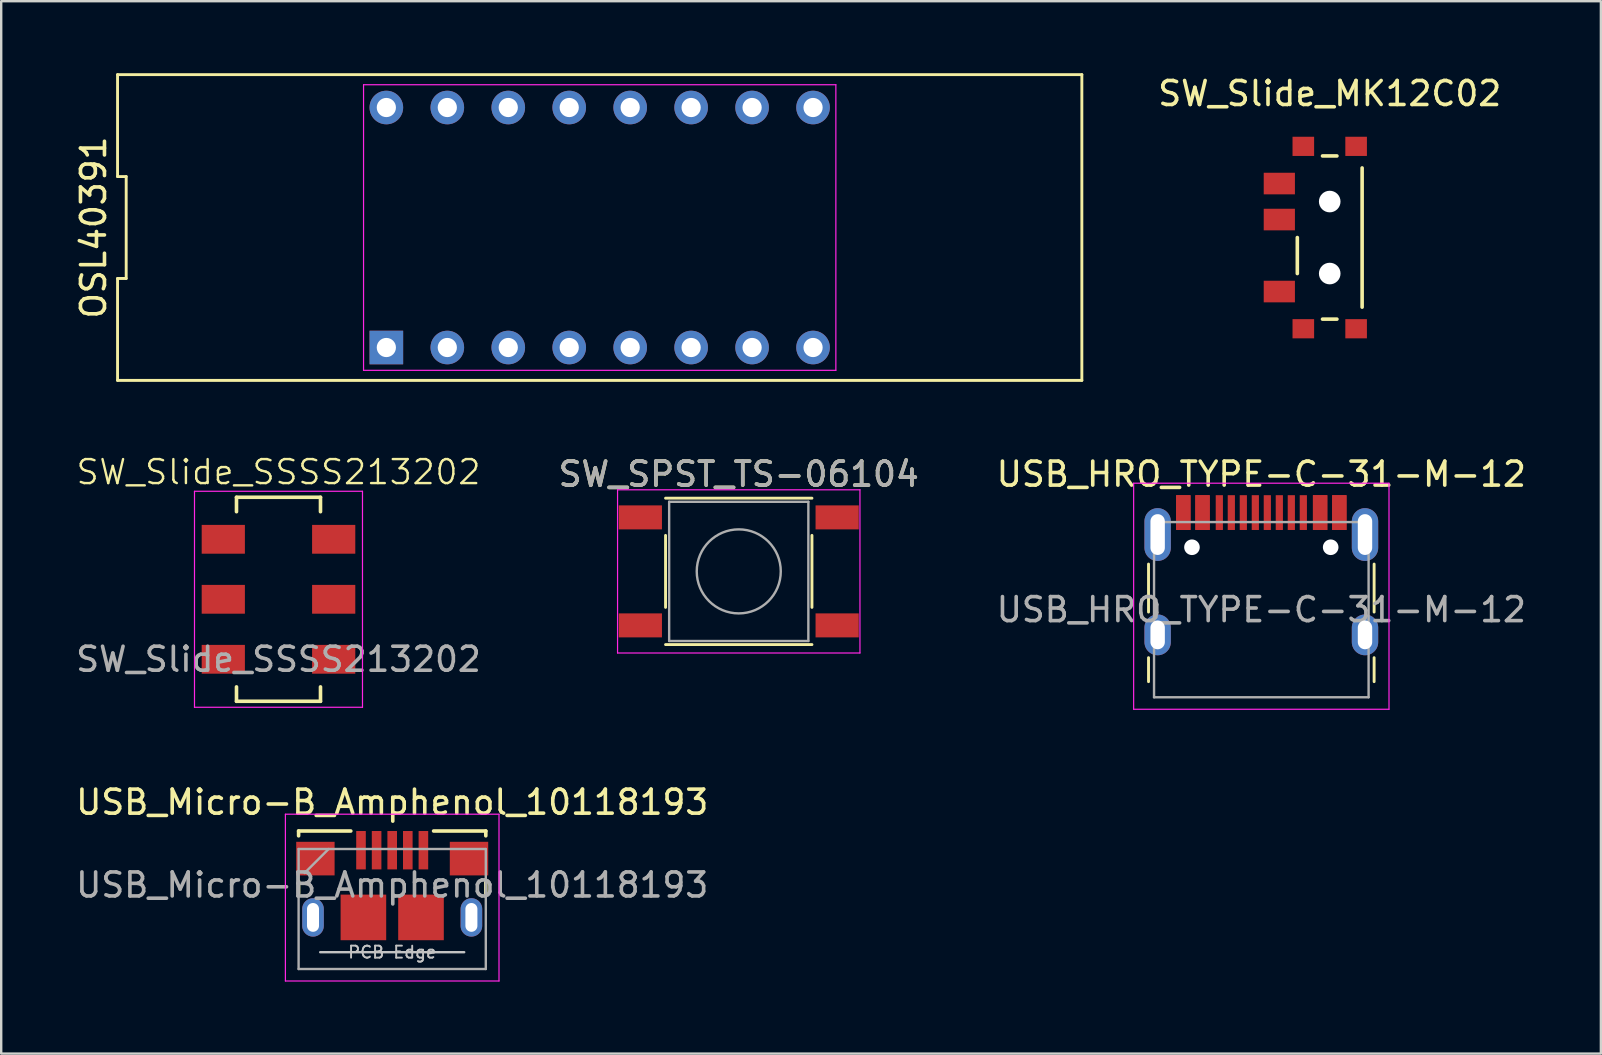
<source format=kicad_pcb>
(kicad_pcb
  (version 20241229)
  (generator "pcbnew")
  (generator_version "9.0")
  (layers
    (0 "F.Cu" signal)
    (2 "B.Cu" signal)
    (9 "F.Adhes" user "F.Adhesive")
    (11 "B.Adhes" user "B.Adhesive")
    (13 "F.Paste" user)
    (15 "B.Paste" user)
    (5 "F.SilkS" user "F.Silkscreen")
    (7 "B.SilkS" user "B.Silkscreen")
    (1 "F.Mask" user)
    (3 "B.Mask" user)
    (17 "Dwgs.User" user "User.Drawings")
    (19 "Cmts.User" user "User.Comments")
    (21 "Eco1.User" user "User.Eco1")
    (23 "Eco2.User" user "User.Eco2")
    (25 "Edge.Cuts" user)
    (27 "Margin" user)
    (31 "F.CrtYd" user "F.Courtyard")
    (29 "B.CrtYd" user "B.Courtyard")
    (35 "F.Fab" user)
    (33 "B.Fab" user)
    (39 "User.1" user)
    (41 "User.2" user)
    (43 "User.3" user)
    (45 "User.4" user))
  (footprint "OSL40391"
    (layer "F.Cu")
    (at 21.938 6.43)
    (property "Reference" "OSL40391" (at -21.09 0 90) (layer "F.SilkS") (effects (font (size 1 1) (thickness 0.15))))
    (attr through_hole)
    (fp_line (start -20.09 -6.37) (end -20.09 -2.123) (stroke (width 0.12) (type solid)) (layer "F.SilkS"))
    (fp_line (start -20.09 -2.123) (end -19.73 -2.123) (stroke (width 0.12) (type solid)) (layer "F.SilkS"))
    (fp_line (start -20.09 2.123) (end -20.09 6.37) (stroke (width 0.12) (type solid)) (layer "F.SilkS"))
    (fp_line (start -20.09 6.37) (end 20.09 6.37) (stroke (width 0.12) (type solid)) (layer "F.SilkS"))
    (fp_line (start -19.73 -2.123) (end -19.73 2.123) (stroke (width 0.12) (type solid)) (layer "F.SilkS"))
    (fp_line (start -19.73 2.123) (end -20.09 2.123) (stroke (width 0.12) (type solid)) (layer "F.SilkS"))
    (fp_line (start 20.09 -6.37) (end -20.09 -6.37) (stroke (width 0.12) (type solid)) (layer "F.SilkS"))
    (fp_line (start 20.09 6.37) (end 20.09 -6.37) (stroke (width 0.12) (type solid)) (layer "F.SilkS"))
    (fp_line (start -9.84 -5.95) (end 9.84 -5.95) (stroke (width 0.05) (type solid)) (layer "F.CrtYd"))
    (fp_line (start -9.84 5.95) (end -9.84 -5.95) (stroke (width 0.05) (type solid)) (layer "F.CrtYd"))
    (fp_line (start 9.84 -5.95) (end 9.84 5.95) (stroke (width 0.05) (type solid)) (layer "F.CrtYd"))
    (fp_line (start 9.84 5.95) (end -9.84 5.95) (stroke (width 0.05) (type solid)) (layer "F.CrtYd"))
    (pad "1" thru_hole rect (at -8.89 5) (size 1.4 1.4) (drill 0.8) (layers "*.Cu" "*.Mask"))
    (pad "2" thru_hole circle (at -6.35 5) (size 1.4 1.4) (drill 0.8) (layers "*.Cu" "*.Mask"))
    (pad "3" thru_hole circle (at -3.81 5) (size 1.4 1.4) (drill 0.8) (layers "*.Cu" "*.Mask"))
    (pad "4" thru_hole circle (at -1.27 5) (size 1.4 1.4) (drill 0.8) (layers "*.Cu" "*.Mask"))
    (pad "5" thru_hole circle (at 1.27 5) (size 1.4 1.4) (drill 0.8) (layers "*.Cu" "*.Mask"))
    (pad "6" thru_hole circle (at 3.81 5) (size 1.4 1.4) (drill 0.8) (layers "*.Cu" "*.Mask"))
    (pad "7" thru_hole circle (at 6.35 5) (size 1.4 1.4) (drill 0.8) (layers "*.Cu" "*.Mask"))
    (pad "8" thru_hole circle (at 8.89 5) (size 1.4 1.4) (drill 0.8) (layers "*.Cu" "*.Mask"))
    (pad "9" thru_hole circle (at 8.89 -5) (size 1.4 1.4) (drill 0.8) (layers "*.Cu" "*.Mask"))
    (pad "10" thru_hole circle (at 6.35 -5) (size 1.4 1.4) (drill 0.8) (layers "*.Cu" "*.Mask"))
    (pad "11" thru_hole circle (at 3.81 -5) (size 1.4 1.4) (drill 0.8) (layers "*.Cu" "*.Mask"))
    (pad "12" thru_hole circle (at 1.27 -5) (size 1.4 1.4) (drill 0.8) (layers "*.Cu" "*.Mask"))
    (pad "13" thru_hole circle (at -1.27 -5) (size 1.4 1.4) (drill 0.8) (layers "*.Cu" "*.Mask"))
    (pad "14" thru_hole circle (at -3.81 -5) (size 1.4 1.4) (drill 0.8) (layers "*.Cu" "*.Mask"))
    (pad "15" thru_hole circle (at -6.35 -5) (size 1.4 1.4) (drill 0.8) (layers "*.Cu" "*.Mask"))
    (pad "16" thru_hole circle (at -8.89 -5) (size 1.4 1.4) (drill 0.8) (layers "*.Cu" "*.Mask")))
  (footprint "USB_HRO_TYPE-C-31-M-12"
    (layer "F.Cu")
    (at 49.506 22.353)
    (property "Reference" "USB_HRO_TYPE-C-31-M-12" (at 0 -5.645 0) (layer "F.SilkS") (effects (font (size 1 1) (thickness 0.15))))
    (attr smd)
    (fp_line (start -4.7 -1.9) (end -4.7 0.1) (stroke (width 0.12) (type solid)) (layer "F.SilkS"))
    (fp_line (start -4.7 2) (end -4.7 3) (stroke (width 0.12) (type solid)) (layer "F.SilkS"))
    (fp_line (start 4.7 -1.9) (end 4.7 0.1) (stroke (width 0.12) (type solid)) (layer "F.SilkS"))
    (fp_line (start 4.7 2) (end 4.7 3) (stroke (width 0.12) (type solid)) (layer "F.SilkS"))
    (fp_line (start -5.32 -5.27) (end -5.32 4.15) (stroke (width 0.05) (type solid)) (layer "F.CrtYd"))
    (fp_line (start -5.32 -5.27) (end 5.32 -5.27) (stroke (width 0.05) (type solid)) (layer "F.CrtYd"))
    (fp_line (start -5.32 4.15) (end 5.32 4.15) (stroke (width 0.05) (type solid)) (layer "F.CrtYd"))
    (fp_line (start 5.32 -5.27) (end 5.32 4.15) (stroke (width 0.05) (type solid)) (layer "F.CrtYd"))
    (fp_line (start -4.47 -3.65) (end -4.47 3.65) (stroke (width 0.1) (type solid)) (layer "F.Fab"))
    (fp_line (start -4.47 -3.65) (end 4.47 -3.65) (stroke (width 0.1) (type solid)) (layer "F.Fab"))
    (fp_line (start -4.47 3.65) (end 4.47 3.65) (stroke (width 0.1) (type solid)) (layer "F.Fab"))
    (fp_line (start 4.47 -3.65) (end 4.47 3.65) (stroke (width 0.1) (type solid)) (layer "F.Fab"))
    (fp_text user "${REFERENCE}" (at 0 0 0) (layer "F.Fab") (effects (font (size 1 1) (thickness 0.15))))
    (pad "" np_thru_hole circle (at -2.89 -2.6) (size 0.65 0.65) (drill 0.65) (layers "*.Cu" "*.Mask"))
    (pad "" np_thru_hole circle (at 2.89 -2.6) (size 0.65 0.65) (drill 0.65) (layers "*.Cu" "*.Mask"))
    (pad "A1" smd rect (at -3.25 -4.045) (size 0.6 1.45) (layers "F.Cu" "F.Mask" "F.Paste"))
    (pad "A4" smd rect (at -2.45 -4.045) (size 0.6 1.45) (layers "F.Cu" "F.Mask" "F.Paste"))
    (pad "A5" smd rect (at -1.25 -4.045) (size 0.3 1.45) (layers "F.Cu" "F.Mask" "F.Paste"))
    (pad "A6" smd rect (at -0.25 -4.045) (size 0.3 1.45) (layers "F.Cu" "F.Mask" "F.Paste"))
    (pad "A7" smd rect (at 0.25 -4.045) (size 0.3 1.45) (layers "F.Cu" "F.Mask" "F.Paste"))
    (pad "A8" smd rect (at 1.25 -4.045) (size 0.3 1.45) (layers "F.Cu" "F.Mask" "F.Paste"))
    (pad "A9" smd rect (at 2.45 -4.045) (size 0.6 1.45) (layers "F.Cu" "F.Mask" "F.Paste"))
    (pad "A12" smd rect (at 3.25 -4.045) (size 0.6 1.45) (layers "F.Cu" "F.Mask" "F.Paste"))
    (pad "B1" smd rect (at 3.25 -4.045) (size 0.6 1.45) (layers "F.Cu" "F.Mask" "F.Paste"))
    (pad "B4" smd rect (at 2.45 -4.045) (size 0.6 1.45) (layers "F.Cu" "F.Mask" "F.Paste"))
    (pad "B5" smd rect (at 1.75 -4.045) (size 0.3 1.45) (layers "F.Cu" "F.Mask" "F.Paste"))
    (pad "B6" smd rect (at 0.75 -4.045) (size 0.3 1.45) (layers "F.Cu" "F.Mask" "F.Paste"))
    (pad "B7" smd rect (at -0.75 -4.045) (size 0.3 1.45) (layers "F.Cu" "F.Mask" "F.Paste"))
    (pad "B8" smd rect (at -1.75 -4.045) (size 0.3 1.45) (layers "F.Cu" "F.Mask" "F.Paste"))
    (pad "B9" smd rect (at -2.45 -4.045) (size 0.6 1.45) (layers "F.Cu" "F.Mask" "F.Paste"))
    (pad "B12" smd rect (at -3.25 -4.045) (size 0.6 1.45) (layers "F.Cu" "F.Mask" "F.Paste"))
    (pad "S1" thru_hole oval (at -4.32 -3.13) (size 1.1 2.2) (drill oval 0.6 1.7) (layers "*.Cu" "*.Mask"))
    (pad "S1" thru_hole oval (at -4.32 1.05) (size 1.1 1.7) (drill oval 0.6 1.2) (layers "*.Cu" "*.Mask"))
    (pad "S1" thru_hole oval (at 4.32 -3.13) (size 1.1 2.2) (drill oval 0.6 1.7) (layers "*.Cu" "*.Mask"))
    (pad "S1" thru_hole oval (at 4.32 1.05) (size 1.1 1.7) (drill oval 0.6 1.2) (layers "*.Cu" "*.Mask")))
  (footprint "SW_Slide_MK12C02"
    (layer "F.Cu")
    (at 52.356 6.848)
    (property "Reference" "SW_Slide_MK12C02" (at 0 -6 0) (layer "F.SilkS") (effects (font (size 1 1) (thickness 0.15))))
    (attr through_hole)
    (fp_line (start -1.35 0) (end -1.35 1.5) (stroke (width 0.15) (type solid)) (layer "F.SilkS"))
    (fp_line (start -0.3 -3.4) (end 0.3 -3.4) (stroke (width 0.15) (type solid)) (layer "F.SilkS"))
    (fp_line (start -0.3 3.4) (end 0.3 3.4) (stroke (width 0.15) (type solid)) (layer "F.SilkS"))
    (fp_line (start 1.35 -2.9) (end 1.35 2.9) (stroke (width 0.15) (type solid)) (layer "F.SilkS"))
    (pad "" smd rect (at -1.1 -3.8) (size 0.9 0.8) (layers "F.Cu" "F.Mask" "F.Paste"))
    (pad "" smd rect (at -1.1 3.8) (size 0.9 0.8) (layers "F.Cu" "F.Mask" "F.Paste"))
    (pad "" np_thru_hole circle (at 0 -1.5) (size 0.9 0.9) (drill 0.9) (layers "*.Cu" "*.Mask"))
    (pad "" np_thru_hole circle (at 0 1.5) (size 0.9 0.9) (drill 0.9) (layers "*.Cu" "*.Mask"))
    (pad "" smd rect (at 1.1 -3.8) (size 0.9 0.8) (layers "F.Cu" "F.Mask" "F.Paste"))
    (pad "" smd rect (at 1.1 3.8) (size 0.9 0.8) (layers "F.Cu" "F.Mask" "F.Paste"))
    (pad "1" smd rect (at -2.1 2.25) (size 1.3 0.9) (layers "F.Cu" "F.Mask" "F.Paste"))
    (pad "2" smd rect (at -2.1 -0.75) (size 1.3 0.9) (layers "F.Cu" "F.Mask" "F.Paste"))
    (pad "3" smd rect (at -2.1 -2.25) (size 1.3 0.9) (layers "F.Cu" "F.Mask" "F.Paste")))
  (footprint "SW_Slide_SSSS213202"
    (layer "F.Cu")
    (at 8.554 21.921)
    (property "Reference" "SW_Slide_SSSS213202" (at 0 -5.3 0) (unlocked yes) (layer "F.SilkS") (effects (font (size 1 1) (thickness 0.1))))
    (attr smd)
    (fp_line (start -1.75 -4.25) (end -1.75 -3.65) (stroke (width 0.15) (type default)) (layer "F.SilkS"))
    (fp_line (start -1.75 -4.25) (end 1.75 -4.25) (stroke (width 0.15) (type default)) (layer "F.SilkS"))
    (fp_line (start -1.75 4.25) (end -1.75 3.65) (stroke (width 0.15) (type default)) (layer "F.SilkS"))
    (fp_line (start -1.75 4.25) (end 1.75 4.25) (stroke (width 0.15) (type default)) (layer "F.SilkS"))
    (fp_line (start 1.75 -4.25) (end 1.75 -3.65) (stroke (width 0.15) (type default)) (layer "F.SilkS"))
    (fp_line (start 1.75 4.25) (end 1.75 3.65) (stroke (width 0.15) (type default)) (layer "F.SilkS"))
    (fp_line (start -3.5 -4.5) (end -3.5 4.5) (stroke (width 0.05) (type default)) (layer "F.CrtYd"))
    (fp_line (start -3.5 -4.5) (end 3.5 -4.5) (stroke (width 0.05) (type default)) (layer "F.CrtYd"))
    (fp_line (start 3.5 -4.5) (end 3.5 4.5) (stroke (width 0.05) (type default)) (layer "F.CrtYd"))
    (fp_line (start 3.5 4.5) (end -3.5 4.5) (stroke (width 0.05) (type default)) (layer "F.CrtYd"))
    (fp_text user "${REFERENCE}" (at 0 2.5 0) (unlocked yes) (layer "F.Fab") (effects (font (size 1 1) (thickness 0.15))))
    (pad "1" smd rect (at -2.3 2.5) (size 1.8 1.2) (layers "F.Cu" "F.Mask" "F.Paste"))
    (pad "1" smd rect (at 2.3 2.5) (size 1.8 1.2) (layers "F.Cu" "F.Mask" "F.Paste"))
    (pad "2" smd rect (at -2.3 0) (size 1.8 1.2) (layers "F.Cu" "F.Mask" "F.Paste"))
    (pad "2" smd rect (at 2.3 0) (size 1.8 1.2) (layers "F.Cu" "F.Mask" "F.Paste"))
    (pad "3" smd rect (at -2.3 -2.5) (size 1.8 1.2) (layers "F.Cu" "F.Mask" "F.Paste"))
    (pad "3" smd rect (at 2.3 -2.5) (size 1.8 1.2) (layers "F.Cu" "F.Mask" "F.Paste")))
  (footprint "USB_Micro-B_Amphenol_10118193"
    (layer "F.Cu")
    (at 13.292 35.176)
    (property "Reference" "USB_Micro-B_Amphenol_10118193" (at 0 -4.8 0) (layer "F.SilkS") (effects (font (size 1 1) (thickness 0.15))))
    (attr smd)
    (fp_line (start -3.9 -3.4) (end -3.9 -3.6) (stroke (width 0.15) (type solid)) (layer "F.SilkS"))
    (fp_line (start -3.9 -1) (end -3.9 -1.5) (stroke (width 0.15) (type solid)) (layer "F.SilkS"))
    (fp_line (start -1.725 -3.6) (end -3.9 -3.6) (stroke (width 0.15) (type solid)) (layer "F.SilkS"))
    (fp_line (start 3.9 -3.6) (end 1.725 -3.6) (stroke (width 0.15) (type solid)) (layer "F.SilkS"))
    (fp_line (start 3.9 -3.4) (end 3.9 -3.6) (stroke (width 0.15) (type solid)) (layer "F.SilkS"))
    (fp_line (start 3.9 -1) (end 3.9 -1.5) (stroke (width 0.15) (type solid)) (layer "F.SilkS"))
    (fp_line (start 3 1.45) (end -3 1.45) (stroke (width 0.1) (type solid)) (layer "Dwgs.User"))
    (fp_line (start -4.45 -4.3) (end -4.45 2.65) (stroke (width 0.05) (type solid)) (layer "F.CrtYd"))
    (fp_line (start -4.45 -4.3) (end 4.45 -4.3) (stroke (width 0.05) (type solid)) (layer "F.CrtYd"))
    (fp_line (start -4.45 2.65) (end 4.45 2.65) (stroke (width 0.05) (type solid)) (layer "F.CrtYd"))
    (fp_line (start 4.45 -4.3) (end 4.45 2.65) (stroke (width 0.05) (type solid)) (layer "F.CrtYd"))
    (fp_line (start -3.9 -2.85) (end 3.9 -2.85) (stroke (width 0.1) (type solid)) (layer "F.Fab"))
    (fp_line (start -3.9 2.15) (end -3.9 -2.85) (stroke (width 0.1) (type solid)) (layer "F.Fab"))
    (fp_line (start -3.65 -1.85) (end -2.65 -2.85) (stroke (width 0.1) (type solid)) (layer "F.Fab"))
    (fp_line (start 3.9 -2.85) (end 3.9 2.15) (stroke (width 0.1) (type solid)) (layer "F.Fab"))
    (fp_line (start 3.9 2.15) (end -3.9 2.15) (stroke (width 0.1) (type solid)) (layer "F.Fab"))
    (fp_text user "PCB Edge" (at 0 1.45 0) (layer "Dwgs.User") (effects (font (size 0.5 0.5) (thickness 0.08))))
    (fp_text user "${REFERENCE}" (at 0 -1.35 0) (layer "F.Fab") (effects (font (size 1 1) (thickness 0.15))))
    (pad "" smd oval (at -3.3 0) (size 0.89 1.55) (layers "F.Paste"))
    (pad "" smd oval (at 3.3 0) (size 0.89 1.55) (layers "F.Paste"))
    (pad "1" smd rect (at -1.3 -2.8) (size 0.4 1.6) (layers "F.Cu" "F.Mask" "F.Paste"))
    (pad "2" smd rect (at -0.65 -2.8) (size 0.4 1.6) (layers "F.Cu" "F.Mask" "F.Paste"))
    (pad "3" smd rect (at 0 -2.8) (size 0.4 1.6) (layers "F.Cu" "F.Mask" "F.Paste"))
    (pad "4" smd rect (at 0.65 -2.8) (size 0.4 1.6) (layers "F.Cu" "F.Mask" "F.Paste"))
    (pad "5" smd rect (at 1.3 -2.8) (size 0.4 1.6) (layers "F.Cu" "F.Mask" "F.Paste"))
    (pad "6" thru_hole oval (at -3.3 0) (size 0.9 1.6) (drill oval 0.5 1.2) (layers "*.Cu" "*.Mask"))
    (pad "6" smd rect (at -3.2 -2.45) (size 1.6 1.4) (layers "F.Cu" "F.Mask" "F.Paste"))
    (pad "6" smd rect (at -1.2 0) (size 1.9 1.9) (layers "F.Cu" "F.Mask" "F.Paste"))
    (pad "6" smd rect (at 1.2 0) (size 1.9 1.9) (layers "F.Cu" "F.Mask" "F.Paste"))
    (pad "6" smd rect (at 3.2 -2.45) (size 1.6 1.4) (layers "F.Cu" "F.Mask" "F.Paste"))
    (pad "6" thru_hole oval (at 3.3 0) (size 0.9 1.6) (drill oval 0.5 1.2) (layers "*.Cu" "*.Mask")))
  (footprint "SW_SPST_TS-06104"
    (layer "F.Cu")
    (at 27.732 20.758)
    (property "Reference" "SW_SPST_TS-06104" (at 0 -4.05 0) (layer "F.SilkS") (effects (font (size 1 1) (thickness 0.15))))
    (attr smd)
    (fp_line (start -3.05 -3.05) (end 3.05 -3.05) (stroke (width 0.12) (type solid)) (layer "F.SilkS"))
    (fp_line (start -3.05 -1.5) (end -3.05 1.5) (stroke (width 0.12) (type solid)) (layer "F.SilkS"))
    (fp_line (start -3.05 3.05) (end 3.05 3.05) (stroke (width 0.12) (type solid)) (layer "F.SilkS"))
    (fp_line (start 3.05 -1.5) (end 3.05 1.5) (stroke (width 0.12) (type solid)) (layer "F.SilkS"))
    (fp_line (start -5.05 -3.4) (end -5.05 3.4) (stroke (width 0.05) (type solid)) (layer "F.CrtYd"))
    (fp_line (start -5.05 -3.4) (end 5.05 -3.4) (stroke (width 0.05) (type solid)) (layer "F.CrtYd"))
    (fp_line (start -5.05 3.4) (end 5.05 3.4) (stroke (width 0.05) (type solid)) (layer "F.CrtYd"))
    (fp_line (start 5.05 3.4) (end 5.05 -3.4) (stroke (width 0.05) (type solid)) (layer "F.CrtYd"))
    (fp_line (start -2.9 -2.9) (end -2.9 2.9) (stroke (width 0.1) (type solid)) (layer "F.Fab"))
    (fp_line (start -2.9 2.9) (end 2.9 2.9) (stroke (width 0.1) (type solid)) (layer "F.Fab"))
    (fp_line (start 2.9 -2.9) (end -2.9 -2.9) (stroke (width 0.1) (type solid)) (layer "F.Fab"))
    (fp_line (start 2.9 2.9) (end 2.9 -2.9) (stroke (width 0.1) (type solid)) (layer "F.Fab"))
    (fp_circle (center 0 0) (end 1.75 -0.05) (stroke (width 0.1) (type solid)) (fill no) (layer "F.Fab"))
    (fp_text user "${REFERENCE}" (at 0 -4.05 0) (layer "F.Fab") (effects (font (size 1 1) (thickness 0.15))))
    (pad "1" smd rect (at -4.1 -2.25) (size 1.8 1) (layers "F.Cu" "F.Mask" "F.Paste"))
    (pad "1" smd rect (at 4.1 -2.25) (size 1.8 1) (layers "F.Cu" "F.Mask" "F.Paste"))
    (pad "2" smd rect (at -4.1 2.25) (size 1.8 1) (layers "F.Cu" "F.Mask" "F.Paste"))
    (pad "2" smd rect (at 4.1 2.25) (size 1.8 1) (layers "F.Cu" "F.Mask" "F.Paste")))
  (gr_rect
    (start -3 -3)
    (end 63.655 40.852)
    (stroke (width 0.1) (type default))
    (fill no)
    (layer "Edge.Cuts")))
</source>
